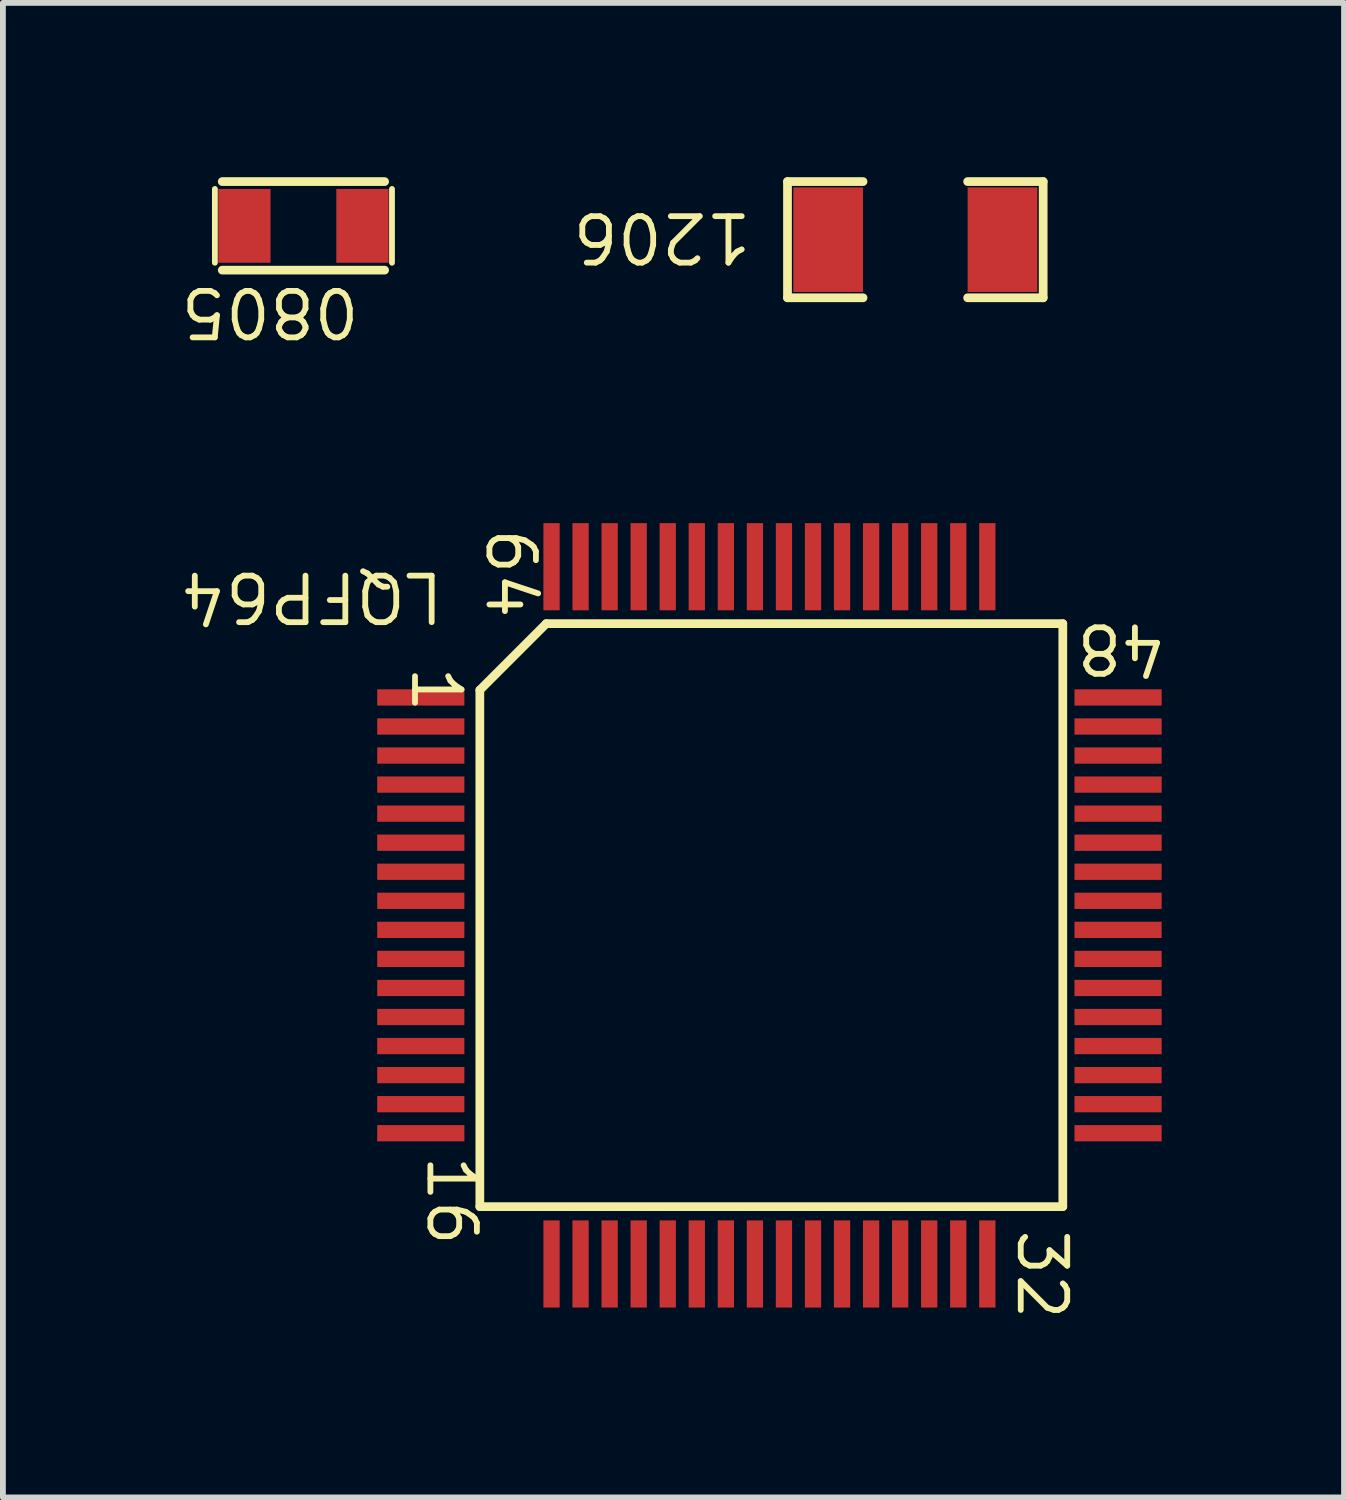
<source format=kicad_pcb>
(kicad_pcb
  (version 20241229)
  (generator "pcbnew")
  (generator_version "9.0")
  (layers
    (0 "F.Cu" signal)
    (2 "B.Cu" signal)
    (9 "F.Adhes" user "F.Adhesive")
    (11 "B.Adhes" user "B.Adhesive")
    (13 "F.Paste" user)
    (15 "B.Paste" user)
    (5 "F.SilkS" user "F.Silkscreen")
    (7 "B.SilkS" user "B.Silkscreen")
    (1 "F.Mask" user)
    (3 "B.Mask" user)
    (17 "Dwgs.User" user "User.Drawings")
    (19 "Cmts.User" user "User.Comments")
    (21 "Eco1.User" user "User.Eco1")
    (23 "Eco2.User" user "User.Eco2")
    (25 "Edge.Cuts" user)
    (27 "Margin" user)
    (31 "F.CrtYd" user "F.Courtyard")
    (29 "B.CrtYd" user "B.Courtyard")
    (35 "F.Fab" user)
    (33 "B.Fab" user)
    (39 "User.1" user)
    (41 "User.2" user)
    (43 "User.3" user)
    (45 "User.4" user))
  (footprint "1206"
    (layer "F.Cu")
    (at 11.203 1.075)
    (property "Reference" "1206" (at -1.27 -0.508 180) (unlocked yes) (layer "F.SilkS") (effects (font (size 0.8 0.8) (thickness 0.1)) (justify left bottom)))
    (fp_line (start -0.7 -1) (end -0.7 1) (stroke (width 0.15) (type solid)) (layer "F.SilkS"))
    (fp_line (start 0.6 -1) (end -0.7 -1) (stroke (width 0.15) (type solid)) (layer "F.SilkS"))
    (fp_line (start 0.6 1) (end -0.7 1) (stroke (width 0.15) (type solid)) (layer "F.SilkS"))
    (fp_line (start 3.7 -1) (end 2.4 -1) (stroke (width 0.15) (type solid)) (layer "F.SilkS"))
    (fp_line (start 3.7 -1) (end 3.7 1) (stroke (width 0.15) (type solid)) (layer "F.SilkS"))
    (fp_line (start 3.7 1) (end 2.4 1) (stroke (width 0.15) (type solid)) (layer "F.SilkS"))
    (pad "1" smd rect (at 0 0) (size 1.2 1.8) (layers "F.Cu" "F.Mask" "F.Paste"))
    (pad "2" smd rect (at 3 0) (size 1.2 1.8) (layers "F.Cu" "F.Mask" "F.Paste")))
  (footprint "LQFP64"
    (layer "F.Cu")
    (at 4.192 8.953)
    (property "Reference" "LQFP64" (at 0.443 -2.199 180) (unlocked yes) (layer "F.SilkS") (effects (font (size 0.8 0.8) (thickness 0.1)) (justify left bottom)))
    (fp_line (start 1.016 -0.127) (end 1.016 8.763) (stroke (width 0.15) (type solid)) (layer "F.SilkS"))
    (fp_line (start 2.159 -1.27) (end 1.016 -0.127) (stroke (width 0.15) (type solid)) (layer "F.SilkS"))
    (fp_line (start 11.049 -1.27) (end 2.159 -1.27) (stroke (width 0.15) (type solid)) (layer "F.SilkS"))
    (fp_line (start 11.049 -1.27) (end 11.049 8.763) (stroke (width 0.15) (type solid)) (layer "F.SilkS"))
    (fp_line (start 11.049 8.763) (end 1.016 8.763) (stroke (width 0.15) (type solid)) (layer "F.SilkS"))
    (fp_text user "64" (at 1.078 -2.961 270) (unlocked yes) (layer "F.SilkS") (effects (font (size 0.8 0.8) (thickness 0.1)) (justify left bottom)))
    (fp_text user "48" (at 12.889 -1.31 180) (unlocked yes) (layer "F.SilkS") (effects (font (size 0.8 0.8) (thickness 0.1)) (justify left bottom)))
    (fp_text user "32" (at 10.222 9.104 270) (unlocked yes) (layer "F.SilkS") (effects (font (size 0.8 0.8) (thickness 0.1)) (justify left bottom)))
    (fp_text user "16" (at 0.062 7.834 270) (unlocked yes) (layer "F.SilkS") (effects (font (size 0.8 0.8) (thickness 0.1)) (justify left bottom)))
    (fp_text user "1" (at -0.203 -0.584 270) (unlocked yes) (layer "F.SilkS") (effects (font (size 0.8 0.8) (thickness 0.1)) (justify left bottom)))
    (pad "1" smd rect (at 0 0 90) (size 0.28 1.5) (layers "F.Cu" "F.Mask" "F.Paste"))
    (pad "2" smd rect (at 0 0.5 90) (size 0.28 1.5) (layers "F.Cu" "F.Mask" "F.Paste"))
    (pad "3" smd rect (at 0 1 90) (size 0.28 1.5) (layers "F.Cu" "F.Mask" "F.Paste"))
    (pad "4" smd rect (at 0 1.5 90) (size 0.28 1.5) (layers "F.Cu" "F.Mask" "F.Paste"))
    (pad "5" smd rect (at 0 2 90) (size 0.28 1.5) (layers "F.Cu" "F.Mask" "F.Paste"))
    (pad "6" smd rect (at 0 2.5 90) (size 0.28 1.5) (layers "F.Cu" "F.Mask" "F.Paste"))
    (pad "7" smd rect (at 0 3 90) (size 0.28 1.5) (layers "F.Cu" "F.Mask" "F.Paste"))
    (pad "8" smd rect (at 0 3.5 90) (size 0.28 1.5) (layers "F.Cu" "F.Mask" "F.Paste"))
    (pad "9" smd rect (at 0 4 90) (size 0.28 1.5) (layers "F.Cu" "F.Mask" "F.Paste"))
    (pad "10" smd rect (at 0 4.5 90) (size 0.28 1.5) (layers "F.Cu" "F.Mask" "F.Paste"))
    (pad "11" smd rect (at 0 5 90) (size 0.28 1.5) (layers "F.Cu" "F.Mask" "F.Paste"))
    (pad "12" smd rect (at 0 5.5 90) (size 0.28 1.5) (layers "F.Cu" "F.Mask" "F.Paste"))
    (pad "13" smd rect (at 0 6 90) (size 0.28 1.5) (layers "F.Cu" "F.Mask" "F.Paste"))
    (pad "14" smd rect (at 0 6.5 90) (size 0.28 1.5) (layers "F.Cu" "F.Mask" "F.Paste"))
    (pad "15" smd rect (at 0 7 90) (size 0.28 1.5) (layers "F.Cu" "F.Mask" "F.Paste"))
    (pad "16" smd rect (at 0 7.5 90) (size 0.28 1.5) (layers "F.Cu" "F.Mask" "F.Paste"))
    (pad "17" smd rect (at 2.25 9.75) (size 0.28 1.5) (layers "F.Cu" "F.Mask" "F.Paste"))
    (pad "18" smd rect (at 2.75 9.75) (size 0.28 1.5) (layers "F.Cu" "F.Mask" "F.Paste"))
    (pad "19" smd rect (at 3.25 9.75) (size 0.28 1.5) (layers "F.Cu" "F.Mask" "F.Paste"))
    (pad "20" smd rect (at 3.75 9.75) (size 0.28 1.5) (layers "F.Cu" "F.Mask" "F.Paste"))
    (pad "21" smd rect (at 4.25 9.75) (size 0.28 1.5) (layers "F.Cu" "F.Mask" "F.Paste"))
    (pad "22" smd rect (at 4.75 9.75) (size 0.28 1.5) (layers "F.Cu" "F.Mask" "F.Paste"))
    (pad "23" smd rect (at 5.25 9.75) (size 0.28 1.5) (layers "F.Cu" "F.Mask" "F.Paste"))
    (pad "24" smd rect (at 5.75 9.75) (size 0.28 1.5) (layers "F.Cu" "F.Mask" "F.Paste"))
    (pad "25" smd rect (at 6.25 9.75) (size 0.28 1.5) (layers "F.Cu" "F.Mask" "F.Paste"))
    (pad "26" smd rect (at 6.75 9.75) (size 0.28 1.5) (layers "F.Cu" "F.Mask" "F.Paste"))
    (pad "27" smd rect (at 7.25 9.75) (size 0.28 1.5) (layers "F.Cu" "F.Mask" "F.Paste"))
    (pad "28" smd rect (at 7.75 9.75) (size 0.28 1.5) (layers "F.Cu" "F.Mask" "F.Paste"))
    (pad "29" smd rect (at 8.25 9.75) (size 0.28 1.5) (layers "F.Cu" "F.Mask" "F.Paste"))
    (pad "30" smd rect (at 8.75 9.75) (size 0.28 1.5) (layers "F.Cu" "F.Mask" "F.Paste"))
    (pad "31" smd rect (at 9.25 9.75) (size 0.28 1.5) (layers "F.Cu" "F.Mask" "F.Paste"))
    (pad "32" smd rect (at 9.75 9.75) (size 0.28 1.5) (layers "F.Cu" "F.Mask" "F.Paste"))
    (pad "33" smd rect (at 12 7.5 90) (size 0.28 1.5) (layers "F.Cu" "F.Mask" "F.Paste"))
    (pad "34" smd rect (at 12 7 90) (size 0.28 1.5) (layers "F.Cu" "F.Mask" "F.Paste"))
    (pad "35" smd rect (at 12 6.5 90) (size 0.28 1.5) (layers "F.Cu" "F.Mask" "F.Paste"))
    (pad "36" smd rect (at 12 6 90) (size 0.28 1.5) (layers "F.Cu" "F.Mask" "F.Paste"))
    (pad "37" smd rect (at 12 5.5 90) (size 0.28 1.5) (layers "F.Cu" "F.Mask" "F.Paste"))
    (pad "38" smd rect (at 12 5 90) (size 0.28 1.5) (layers "F.Cu" "F.Mask" "F.Paste"))
    (pad "39" smd rect (at 12 4.5 90) (size 0.28 1.5) (layers "F.Cu" "F.Mask" "F.Paste"))
    (pad "40" smd rect (at 12 4 90) (size 0.28 1.5) (layers "F.Cu" "F.Mask" "F.Paste"))
    (pad "41" smd rect (at 12 3.5 90) (size 0.28 1.5) (layers "F.Cu" "F.Mask" "F.Paste"))
    (pad "42" smd rect (at 12 3 90) (size 0.28 1.5) (layers "F.Cu" "F.Mask" "F.Paste"))
    (pad "43" smd rect (at 12 2.5 90) (size 0.28 1.5) (layers "F.Cu" "F.Mask" "F.Paste"))
    (pad "44" smd rect (at 12 2 90) (size 0.28 1.5) (layers "F.Cu" "F.Mask" "F.Paste"))
    (pad "45" smd rect (at 12 1.5 90) (size 0.28 1.5) (layers "F.Cu" "F.Mask" "F.Paste"))
    (pad "46" smd rect (at 12 1 90) (size 0.28 1.5) (layers "F.Cu" "F.Mask" "F.Paste"))
    (pad "47" smd rect (at 12 0.5 90) (size 0.28 1.5) (layers "F.Cu" "F.Mask" "F.Paste"))
    (pad "48" smd rect (at 12 0 90) (size 0.28 1.5) (layers "F.Cu" "F.Mask" "F.Paste"))
    (pad "49" smd rect (at 9.75 -2.25) (size 0.28 1.5) (layers "F.Cu" "F.Mask" "F.Paste"))
    (pad "50" smd rect (at 9.25 -2.25) (size 0.28 1.5) (layers "F.Cu" "F.Mask" "F.Paste"))
    (pad "51" smd rect (at 8.75 -2.25) (size 0.28 1.5) (layers "F.Cu" "F.Mask" "F.Paste"))
    (pad "52" smd rect (at 8.25 -2.25) (size 0.28 1.5) (layers "F.Cu" "F.Mask" "F.Paste"))
    (pad "53" smd rect (at 7.75 -2.25) (size 0.28 1.5) (layers "F.Cu" "F.Mask" "F.Paste"))
    (pad "54" smd rect (at 7.25 -2.25) (size 0.28 1.5) (layers "F.Cu" "F.Mask" "F.Paste"))
    (pad "55" smd rect (at 6.75 -2.25) (size 0.28 1.5) (layers "F.Cu" "F.Mask" "F.Paste"))
    (pad "56" smd rect (at 6.25 -2.25) (size 0.28 1.5) (layers "F.Cu" "F.Mask" "F.Paste"))
    (pad "57" smd rect (at 5.75 -2.25) (size 0.28 1.5) (layers "F.Cu" "F.Mask" "F.Paste"))
    (pad "58" smd rect (at 5.25 -2.25) (size 0.28 1.5) (layers "F.Cu" "F.Mask" "F.Paste"))
    (pad "59" smd rect (at 4.75 -2.25) (size 0.28 1.5) (layers "F.Cu" "F.Mask" "F.Paste"))
    (pad "60" smd rect (at 4.25 -2.25) (size 0.28 1.5) (layers "F.Cu" "F.Mask" "F.Paste"))
    (pad "61" smd rect (at 3.75 -2.25) (size 0.28 1.5) (layers "F.Cu" "F.Mask" "F.Paste"))
    (pad "62" smd rect (at 3.25 -2.25) (size 0.28 1.5) (layers "F.Cu" "F.Mask" "F.Paste"))
    (pad "63" smd rect (at 2.75 -2.25) (size 0.28 1.5) (layers "F.Cu" "F.Mask" "F.Paste"))
    (pad "64" smd rect (at 2.25 -2.25) (size 0.28 1.5) (layers "F.Cu" "F.Mask" "F.Paste")))
  (footprint "0805"
    (layer "F.Cu")
    (at 1.156 0.837)
    (property "Reference" "0805" (at 2.032 1.016 180) (unlocked yes) (layer "F.SilkS") (effects (font (size 0.8 0.8) (thickness 0.1)) (justify left bottom)))
    (fp_line (start -0.508 0.635) (end -0.508 -0.635) (stroke (width 0.1) (type solid)) (layer "F.SilkS"))
    (fp_line (start 2.413 -0.762) (end -0.381 -0.762) (stroke (width 0.15) (type solid)) (layer "F.SilkS"))
    (fp_line (start 2.413 0.762) (end -0.381 0.762) (stroke (width 0.15) (type solid)) (layer "F.SilkS"))
    (fp_line (start 2.54 0.635) (end 2.54 -0.635) (stroke (width 0.1) (type solid)) (layer "F.SilkS"))
    (pad "1" smd rect (at 0 0) (size 0.9 1.27) (layers "F.Cu" "F.Mask" "F.Paste"))
    (pad "2" smd rect (at 2.032 0) (size 0.9 1.27) (layers "F.Cu" "F.Mask" "F.Paste")))
  (gr_rect
    (start -3 -3)
    (end 20.081 22.721)
    (stroke (width 0.1) (type default))
    (fill no)
    (layer "Edge.Cuts")))
</source>
